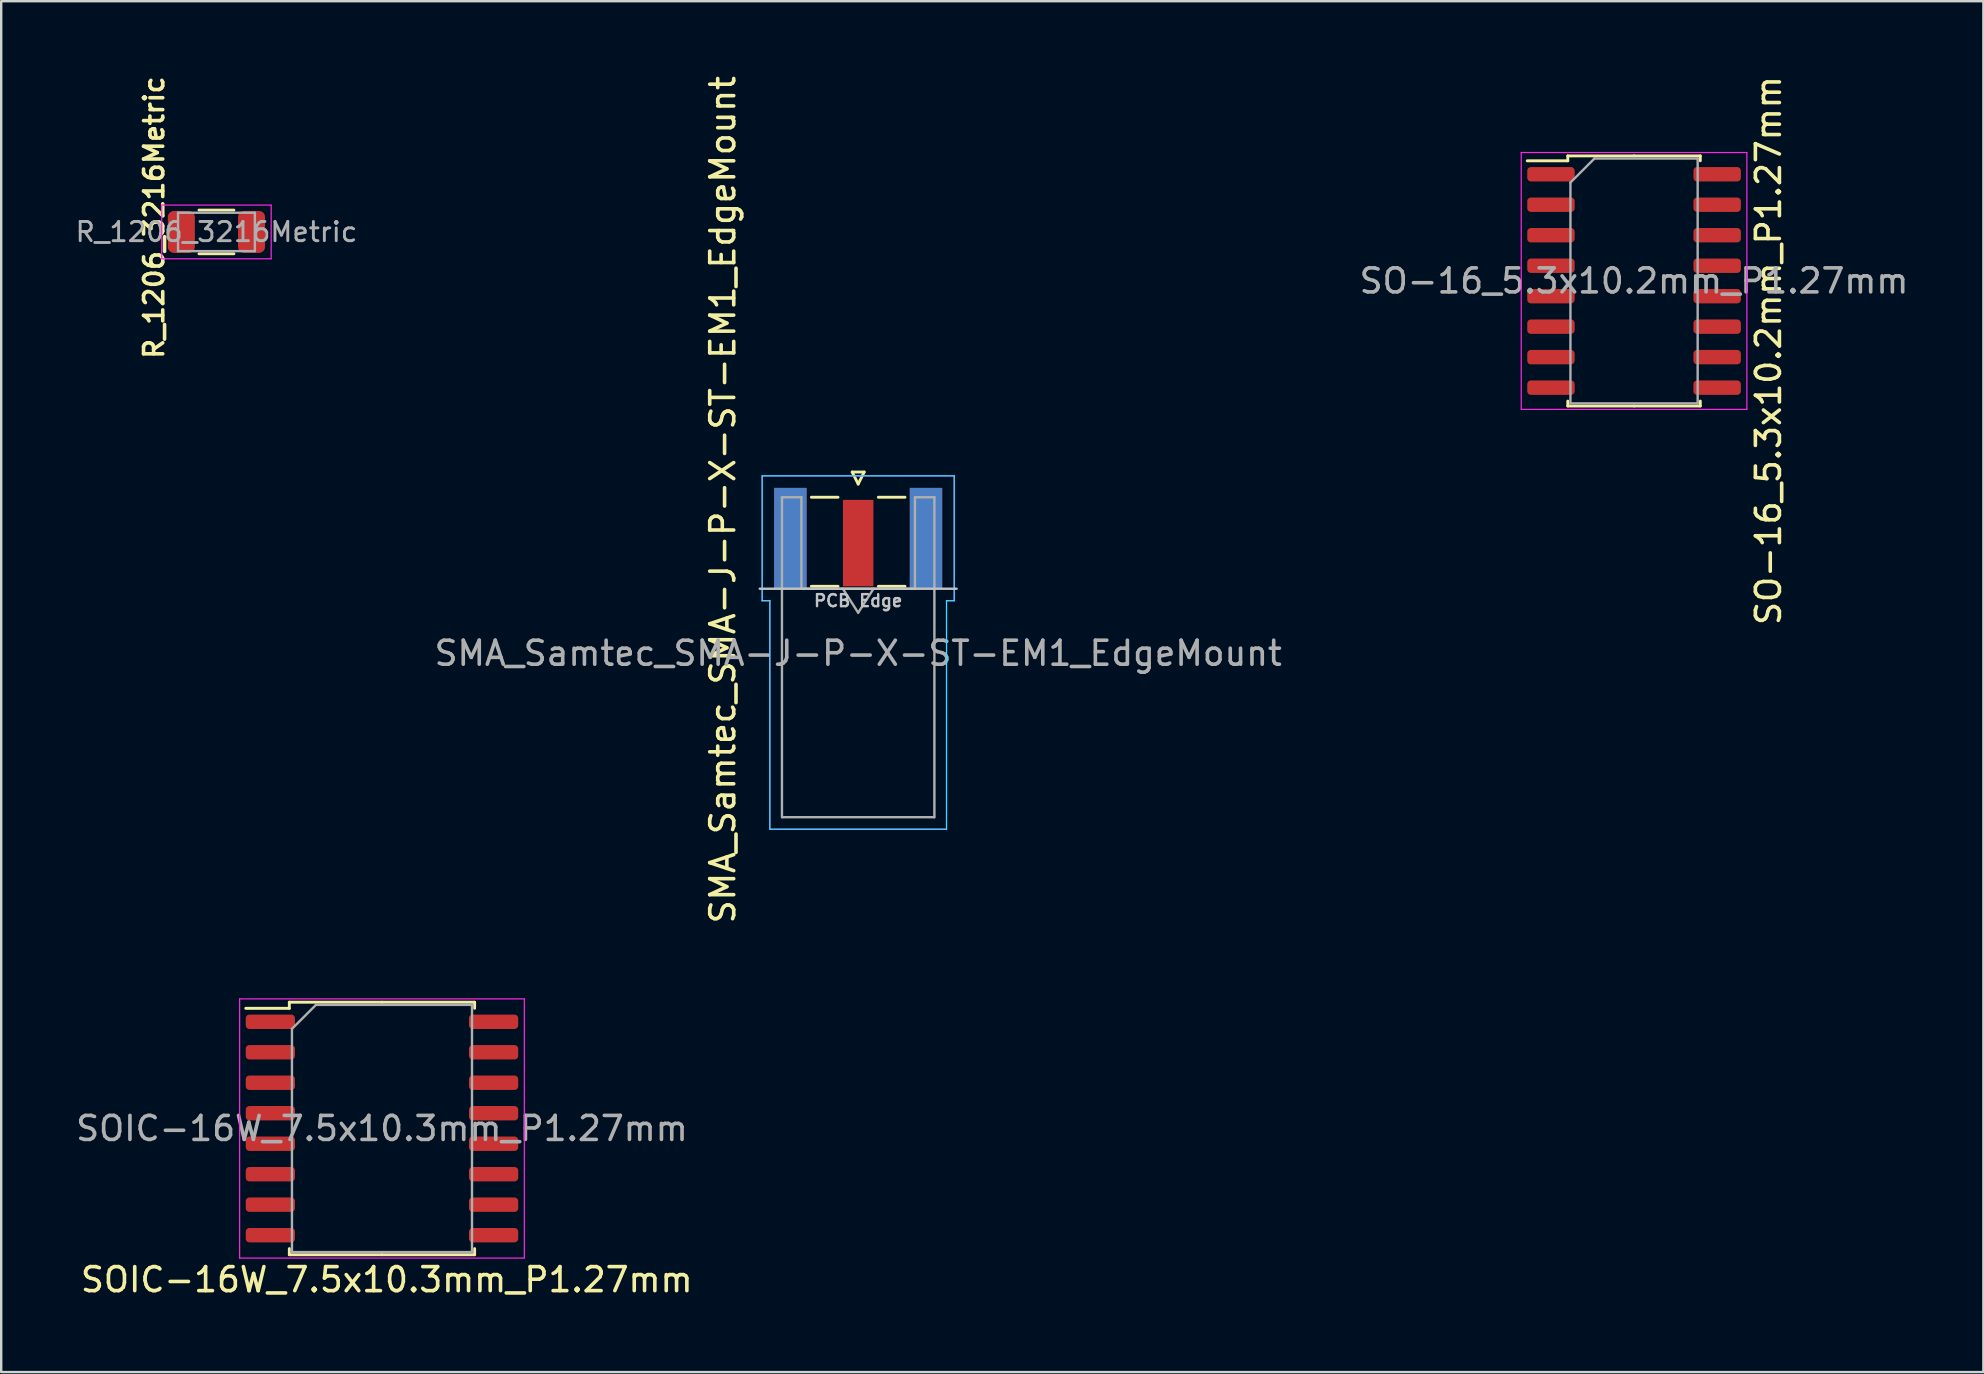
<source format=kicad_pcb>
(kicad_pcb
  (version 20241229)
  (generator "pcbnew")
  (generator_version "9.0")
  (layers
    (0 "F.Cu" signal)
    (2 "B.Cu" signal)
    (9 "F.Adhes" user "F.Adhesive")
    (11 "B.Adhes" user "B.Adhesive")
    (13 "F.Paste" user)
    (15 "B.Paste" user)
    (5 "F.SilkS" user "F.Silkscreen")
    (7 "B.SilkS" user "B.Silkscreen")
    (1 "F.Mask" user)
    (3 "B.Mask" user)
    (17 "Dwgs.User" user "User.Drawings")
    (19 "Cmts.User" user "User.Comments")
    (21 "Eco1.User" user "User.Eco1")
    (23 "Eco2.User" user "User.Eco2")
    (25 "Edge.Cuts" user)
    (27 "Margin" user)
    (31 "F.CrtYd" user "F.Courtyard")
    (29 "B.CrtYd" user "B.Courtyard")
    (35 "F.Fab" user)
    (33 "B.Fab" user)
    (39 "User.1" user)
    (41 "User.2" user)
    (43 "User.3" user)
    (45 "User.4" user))
  (footprint "R_1206_3216Metric"
    (layer "F.Cu")
    (at 5.967 6.612)
    (property "Reference" "R_1206_3216Metric" (at -2.6 -0.6 90) (layer "F.SilkS") (effects (font (size 0.8 0.8) (thickness 0.15))))
    (attr smd)
    (fp_line (start -0.727 -0.91) (end 0.727 -0.91) (stroke (width 0.12) (type solid)) (layer "F.SilkS"))
    (fp_line (start -0.727 0.91) (end 0.727 0.91) (stroke (width 0.12) (type solid)) (layer "F.SilkS"))
    (fp_line (start -2.28 -1.12) (end 2.28 -1.12) (stroke (width 0.05) (type solid)) (layer "F.CrtYd"))
    (fp_line (start -2.28 1.12) (end -2.28 -1.12) (stroke (width 0.05) (type solid)) (layer "F.CrtYd"))
    (fp_line (start 2.28 -1.12) (end 2.28 1.12) (stroke (width 0.05) (type solid)) (layer "F.CrtYd"))
    (fp_line (start 2.28 1.12) (end -2.28 1.12) (stroke (width 0.05) (type solid)) (layer "F.CrtYd"))
    (fp_line (start -1.6 -0.8) (end 1.6 -0.8) (stroke (width 0.1) (type solid)) (layer "F.Fab"))
    (fp_line (start -1.6 0.8) (end -1.6 -0.8) (stroke (width 0.1) (type solid)) (layer "F.Fab"))
    (fp_line (start 1.6 -0.8) (end 1.6 0.8) (stroke (width 0.1) (type solid)) (layer "F.Fab"))
    (fp_line (start 1.6 0.8) (end -1.6 0.8) (stroke (width 0.1) (type solid)) (layer "F.Fab"))
    (fp_text user "${REFERENCE}" (at 0 0 0) (layer "F.Fab") (effects (font (size 0.8 0.8) (thickness 0.12))))
    (pad "1" smd roundrect (at -1.462 0) (size 1.125 1.75) (layers "F.Cu" "F.Mask" "F.Paste") (roundrect_rratio 0.222))
    (pad "2" smd roundrect (at 1.462 0) (size 1.125 1.75) (layers "F.Cu" "F.Mask" "F.Paste") (roundrect_rratio 0.222)))
  (footprint "SMA_Samtec_SMA-J-P-X-ST-EM1_EdgeMount"
    (layer "F.Cu")
    (at 32.701 19.375)
    (property "Reference" "SMA_Samtec_SMA-J-P-X-ST-EM1_EdgeMount" (at -5.64 -1.607 90) (layer "F.SilkS") (effects (font (size 1 1) (thickness 0.15))))
    (attr smd)
    (fp_line (start -1.95 -1.71) (end -0.84 -1.71) (stroke (width 0.12) (type solid)) (layer "F.SilkS"))
    (fp_line (start -1.95 2) (end -0.84 2) (stroke (width 0.12) (type solid)) (layer "F.SilkS"))
    (fp_line (start -0.25 -2.76) (end 0 -2.26) (stroke (width 0.12) (type solid)) (layer "F.SilkS"))
    (fp_line (start 0 -2.26) (end 0.25 -2.76) (stroke (width 0.12) (type solid)) (layer "F.SilkS"))
    (fp_line (start 0.25 -2.76) (end -0.25 -2.76) (stroke (width 0.12) (type solid)) (layer "F.SilkS"))
    (fp_line (start 0.84 -1.71) (end 1.95 -1.71) (stroke (width 0.12) (type solid)) (layer "F.SilkS"))
    (fp_line (start 0.84 2) (end 1.95 2) (stroke (width 0.12) (type solid)) (layer "F.SilkS"))
    (fp_line (start 4.1 2.1) (end -4.1 2.1) (stroke (width 0.1) (type solid)) (layer "Dwgs.User"))
    (fp_line (start -4 -2.6) (end 4 -2.6) (stroke (width 0.05) (type solid)) (layer "B.CrtYd"))
    (fp_line (start -4 2.6) (end -4 -2.6) (stroke (width 0.05) (type solid)) (layer "B.CrtYd"))
    (fp_line (start -3.68 2.6) (end -4 2.6) (stroke (width 0.05) (type solid)) (layer "B.CrtYd"))
    (fp_line (start -3.68 12.12) (end -3.68 2.6) (stroke (width 0.05) (type solid)) (layer "B.CrtYd"))
    (fp_line (start 3.68 2.6) (end 3.68 12.12) (stroke (width 0.05) (type solid)) (layer "B.CrtYd"))
    (fp_line (start 3.68 12.12) (end -3.68 12.12) (stroke (width 0.05) (type solid)) (layer "B.CrtYd"))
    (fp_line (start 4 2.6) (end 3.68 2.6) (stroke (width 0.05) (type solid)) (layer "B.CrtYd"))
    (fp_line (start 4 2.6) (end 4 -2.6) (stroke (width 0.05) (type solid)) (layer "B.CrtYd"))
    (fp_line (start -4 -2.6) (end 4 -2.6) (stroke (width 0.05) (type solid)) (layer "F.CrtYd"))
    (fp_line (start -4 2.6) (end -4 -2.6) (stroke (width 0.05) (type solid)) (layer "F.CrtYd"))
    (fp_line (start -3.68 2.6) (end -4 2.6) (stroke (width 0.05) (type solid)) (layer "F.CrtYd"))
    (fp_line (start -3.68 12.12) (end -3.68 2.6) (stroke (width 0.05) (type solid)) (layer "F.CrtYd"))
    (fp_line (start 3.68 2.6) (end 3.68 12.12) (stroke (width 0.05) (type solid)) (layer "F.CrtYd"))
    (fp_line (start 3.68 2.6) (end 4 2.6) (stroke (width 0.05) (type solid)) (layer "F.CrtYd"))
    (fp_line (start 3.68 12.12) (end -3.68 12.12) (stroke (width 0.05) (type solid)) (layer "F.CrtYd"))
    (fp_line (start 4 2.6) (end 4 -2.6) (stroke (width 0.05) (type solid)) (layer "F.CrtYd"))
    (fp_line (start -3.175 -1.71) (end -3.175 11.62) (stroke (width 0.1) (type solid)) (layer "F.Fab"))
    (fp_line (start -2.365 -1.71) (end -3.175 -1.71) (stroke (width 0.1) (type solid)) (layer "F.Fab"))
    (fp_line (start -2.365 2.1) (end -2.365 -1.71) (stroke (width 0.1) (type solid)) (layer "F.Fab"))
    (fp_line (start 0 3.1) (end -0.64 2.1) (stroke (width 0.1) (type solid)) (layer "F.Fab"))
    (fp_line (start 0.64 2.1) (end 0 3.1) (stroke (width 0.1) (type solid)) (layer "F.Fab"))
    (fp_line (start 2.365 -1.71) (end 2.365 2.1) (stroke (width 0.1) (type solid)) (layer "F.Fab"))
    (fp_line (start 2.365 2.1) (end -2.365 2.1) (stroke (width 0.1) (type solid)) (layer "F.Fab"))
    (fp_line (start 3.165 11.62) (end -3.165 11.62) (stroke (width 0.1) (type solid)) (layer "F.Fab"))
    (fp_line (start 3.175 -1.71) (end 2.365 -1.71) (stroke (width 0.1) (type solid)) (layer "F.Fab"))
    (fp_line (start 3.175 -1.71) (end 3.175 11.62) (stroke (width 0.1) (type solid)) (layer "F.Fab"))
    (fp_text user "PCB Edge" (at 0 2.6 0) (layer "Dwgs.User") (effects (font (size 0.5 0.5) (thickness 0.1))))
    (fp_text user "${REFERENCE}" (at 0 4.79 0) (layer "F.Fab") (effects (font (size 1 1) (thickness 0.15))))
    (pad "1" smd rect (at 0 0.2) (size 1.27 3.6) (layers "F.Cu" "F.Mask" "F.Paste"))
    (pad "2" smd rect (at -2.825 0) (size 1.35 4.2) (layers "F.Cu" "F.Mask" "F.Paste"))
    (pad "2" smd rect (at -2.825 0) (size 1.35 4.2) (layers "B.Cu" "B.Mask" "B.Paste"))
    (pad "2" smd rect (at 2.825 0) (size 1.35 4.2) (layers "F.Cu" "F.Mask" "F.Paste"))
    (pad "2" smd rect (at 2.825 0) (size 1.35 4.2) (layers "B.Cu" "B.Mask" "B.Paste")))
  (footprint "SOIC-16W_7.5x10.3mm_P1.27mm"
    (layer "F.Cu")
    (at 12.863 43.961)
    (property "Reference" "SOIC-16W_7.5x10.3mm_P1.27mm" (at 0.2 6.3 0) (layer "F.SilkS") (effects (font (size 1 1) (thickness 0.15))))
    (attr smd)
    (fp_line (start -3.86 -5.26) (end -3.86 -5.005) (stroke (width 0.12) (type solid)) (layer "F.SilkS"))
    (fp_line (start -3.86 -5.005) (end -5.675 -5.005) (stroke (width 0.12) (type solid)) (layer "F.SilkS"))
    (fp_line (start -3.86 5.26) (end -3.86 5.005) (stroke (width 0.12) (type solid)) (layer "F.SilkS"))
    (fp_line (start 0 -5.26) (end -3.86 -5.26) (stroke (width 0.12) (type solid)) (layer "F.SilkS"))
    (fp_line (start 0 -5.26) (end 3.86 -5.26) (stroke (width 0.12) (type solid)) (layer "F.SilkS"))
    (fp_line (start 0 5.26) (end -3.86 5.26) (stroke (width 0.12) (type solid)) (layer "F.SilkS"))
    (fp_line (start 0 5.26) (end 3.86 5.26) (stroke (width 0.12) (type solid)) (layer "F.SilkS"))
    (fp_line (start 3.86 -5.26) (end 3.86 -5.005) (stroke (width 0.12) (type solid)) (layer "F.SilkS"))
    (fp_line (start 3.86 5.26) (end 3.86 5.005) (stroke (width 0.12) (type solid)) (layer "F.SilkS"))
    (fp_line (start -5.93 -5.4) (end -5.93 5.4) (stroke (width 0.05) (type solid)) (layer "F.CrtYd"))
    (fp_line (start -5.93 5.4) (end 5.93 5.4) (stroke (width 0.05) (type solid)) (layer "F.CrtYd"))
    (fp_line (start 5.93 -5.4) (end -5.93 -5.4) (stroke (width 0.05) (type solid)) (layer "F.CrtYd"))
    (fp_line (start 5.93 5.4) (end 5.93 -5.4) (stroke (width 0.05) (type solid)) (layer "F.CrtYd"))
    (fp_line (start -3.75 -4.15) (end -2.75 -5.15) (stroke (width 0.1) (type solid)) (layer "F.Fab"))
    (fp_line (start -3.75 5.15) (end -3.75 -4.15) (stroke (width 0.1) (type solid)) (layer "F.Fab"))
    (fp_line (start -2.75 -5.15) (end 3.75 -5.15) (stroke (width 0.1) (type solid)) (layer "F.Fab"))
    (fp_line (start 3.75 -5.15) (end 3.75 5.15) (stroke (width 0.1) (type solid)) (layer "F.Fab"))
    (fp_line (start 3.75 5.15) (end -3.75 5.15) (stroke (width 0.1) (type solid)) (layer "F.Fab"))
    (fp_text user "${REFERENCE}" (at 0 0 0) (layer "F.Fab") (effects (font (size 1 1) (thickness 0.15))))
    (pad "1" smd roundrect (at -4.65 -4.445) (size 2.05 0.6) (layers "F.Cu" "F.Mask" "F.Paste") (roundrect_rratio 0.25))
    (pad "2" smd roundrect (at -4.65 -3.175) (size 2.05 0.6) (layers "F.Cu" "F.Mask" "F.Paste") (roundrect_rratio 0.25))
    (pad "3" smd roundrect (at -4.65 -1.905) (size 2.05 0.6) (layers "F.Cu" "F.Mask" "F.Paste") (roundrect_rratio 0.25))
    (pad "4" smd roundrect (at -4.65 -0.635) (size 2.05 0.6) (layers "F.Cu" "F.Mask" "F.Paste") (roundrect_rratio 0.25))
    (pad "5" smd roundrect (at -4.65 0.635) (size 2.05 0.6) (layers "F.Cu" "F.Mask" "F.Paste") (roundrect_rratio 0.25))
    (pad "6" smd roundrect (at -4.65 1.905) (size 2.05 0.6) (layers "F.Cu" "F.Mask" "F.Paste") (roundrect_rratio 0.25))
    (pad "7" smd roundrect (at -4.65 3.175) (size 2.05 0.6) (layers "F.Cu" "F.Mask" "F.Paste") (roundrect_rratio 0.25))
    (pad "8" smd roundrect (at -4.65 4.445) (size 2.05 0.6) (layers "F.Cu" "F.Mask" "F.Paste") (roundrect_rratio 0.25))
    (pad "9" smd roundrect (at 4.65 4.445) (size 2.05 0.6) (layers "F.Cu" "F.Mask" "F.Paste") (roundrect_rratio 0.25))
    (pad "10" smd roundrect (at 4.65 3.175) (size 2.05 0.6) (layers "F.Cu" "F.Mask" "F.Paste") (roundrect_rratio 0.25))
    (pad "11" smd roundrect (at 4.65 1.905) (size 2.05 0.6) (layers "F.Cu" "F.Mask" "F.Paste") (roundrect_rratio 0.25))
    (pad "12" smd roundrect (at 4.65 0.635) (size 2.05 0.6) (layers "F.Cu" "F.Mask" "F.Paste") (roundrect_rratio 0.25))
    (pad "13" smd roundrect (at 4.65 -0.635) (size 2.05 0.6) (layers "F.Cu" "F.Mask" "F.Paste") (roundrect_rratio 0.25))
    (pad "14" smd roundrect (at 4.65 -1.905) (size 2.05 0.6) (layers "F.Cu" "F.Mask" "F.Paste") (roundrect_rratio 0.25))
    (pad "15" smd roundrect (at 4.65 -3.175) (size 2.05 0.6) (layers "F.Cu" "F.Mask" "F.Paste") (roundrect_rratio 0.25))
    (pad "16" smd roundrect (at 4.65 -4.445) (size 2.05 0.6) (layers "F.Cu" "F.Mask" "F.Paste") (roundrect_rratio 0.25)))
  (footprint "SO-16_5.3x10.2mm_P1.27mm"
    (layer "F.Cu")
    (at 65.023 8.654)
    (property "Reference" "SO-16_5.3x10.2mm_P1.27mm" (at 5.6 2.9 270) (layer "F.SilkS") (effects (font (size 1 1) (thickness 0.15))))
    (attr smd)
    (fp_line (start -2.76 -5.21) (end -2.76 -5.005) (stroke (width 0.12) (type solid)) (layer "F.SilkS"))
    (fp_line (start -2.76 -5.005) (end -4.45 -5.005) (stroke (width 0.12) (type solid)) (layer "F.SilkS"))
    (fp_line (start -2.76 5.21) (end -2.76 5.005) (stroke (width 0.12) (type solid)) (layer "F.SilkS"))
    (fp_line (start 0 -5.21) (end -2.76 -5.21) (stroke (width 0.12) (type solid)) (layer "F.SilkS"))
    (fp_line (start 0 -5.21) (end 2.76 -5.21) (stroke (width 0.12) (type solid)) (layer "F.SilkS"))
    (fp_line (start 0 5.21) (end -2.76 5.21) (stroke (width 0.12) (type solid)) (layer "F.SilkS"))
    (fp_line (start 0 5.21) (end 2.76 5.21) (stroke (width 0.12) (type solid)) (layer "F.SilkS"))
    (fp_line (start 2.76 -5.21) (end 2.76 -5.005) (stroke (width 0.12) (type solid)) (layer "F.SilkS"))
    (fp_line (start 2.76 5.21) (end 2.76 5.005) (stroke (width 0.12) (type solid)) (layer "F.SilkS"))
    (fp_line (start -4.7 -5.35) (end -4.7 5.35) (stroke (width 0.05) (type solid)) (layer "F.CrtYd"))
    (fp_line (start -4.7 5.35) (end 4.7 5.35) (stroke (width 0.05) (type solid)) (layer "F.CrtYd"))
    (fp_line (start 4.7 -5.35) (end -4.7 -5.35) (stroke (width 0.05) (type solid)) (layer "F.CrtYd"))
    (fp_line (start 4.7 5.35) (end 4.7 -5.35) (stroke (width 0.05) (type solid)) (layer "F.CrtYd"))
    (fp_line (start -2.65 -4.1) (end -1.65 -5.1) (stroke (width 0.1) (type solid)) (layer "F.Fab"))
    (fp_line (start -2.65 5.1) (end -2.65 -4.1) (stroke (width 0.1) (type solid)) (layer "F.Fab"))
    (fp_line (start -1.65 -5.1) (end 2.65 -5.1) (stroke (width 0.1) (type solid)) (layer "F.Fab"))
    (fp_line (start 2.65 -5.1) (end 2.65 5.1) (stroke (width 0.1) (type solid)) (layer "F.Fab"))
    (fp_line (start 2.65 5.1) (end -2.65 5.1) (stroke (width 0.1) (type solid)) (layer "F.Fab"))
    (fp_text user "${REFERENCE}" (at 0 0 180) (layer "F.Fab") (effects (font (size 1 1) (thickness 0.15))))
    (pad "1" smd roundrect (at -3.462 -4.445) (size 1.975 0.6) (layers "F.Cu" "F.Mask" "F.Paste") (roundrect_rratio 0.25))
    (pad "2" smd roundrect (at -3.462 -3.175) (size 1.975 0.6) (layers "F.Cu" "F.Mask" "F.Paste") (roundrect_rratio 0.25))
    (pad "3" smd roundrect (at -3.462 -1.905) (size 1.975 0.6) (layers "F.Cu" "F.Mask" "F.Paste") (roundrect_rratio 0.25))
    (pad "4" smd roundrect (at -3.462 -0.635) (size 1.975 0.6) (layers "F.Cu" "F.Mask" "F.Paste") (roundrect_rratio 0.25))
    (pad "5" smd roundrect (at -3.462 0.635) (size 1.975 0.6) (layers "F.Cu" "F.Mask" "F.Paste") (roundrect_rratio 0.25))
    (pad "6" smd roundrect (at -3.462 1.905) (size 1.975 0.6) (layers "F.Cu" "F.Mask" "F.Paste") (roundrect_rratio 0.25))
    (pad "7" smd roundrect (at -3.462 3.175) (size 1.975 0.6) (layers "F.Cu" "F.Mask" "F.Paste") (roundrect_rratio 0.25))
    (pad "8" smd roundrect (at -3.462 4.445) (size 1.975 0.6) (layers "F.Cu" "F.Mask" "F.Paste") (roundrect_rratio 0.25))
    (pad "9" smd roundrect (at 3.462 4.445) (size 1.975 0.6) (layers "F.Cu" "F.Mask" "F.Paste") (roundrect_rratio 0.25))
    (pad "10" smd roundrect (at 3.462 3.175) (size 1.975 0.6) (layers "F.Cu" "F.Mask" "F.Paste") (roundrect_rratio 0.25))
    (pad "11" smd roundrect (at 3.462 1.905) (size 1.975 0.6) (layers "F.Cu" "F.Mask" "F.Paste") (roundrect_rratio 0.25))
    (pad "12" smd roundrect (at 3.462 0.635) (size 1.975 0.6) (layers "F.Cu" "F.Mask" "F.Paste") (roundrect_rratio 0.25))
    (pad "13" smd roundrect (at 3.462 -0.635) (size 1.975 0.6) (layers "F.Cu" "F.Mask" "F.Paste") (roundrect_rratio 0.25))
    (pad "14" smd roundrect (at 3.462 -1.905) (size 1.975 0.6) (layers "F.Cu" "F.Mask" "F.Paste") (roundrect_rratio 0.25))
    (pad "15" smd roundrect (at 3.462 -3.175) (size 1.975 0.6) (layers "F.Cu" "F.Mask" "F.Paste") (roundrect_rratio 0.25))
    (pad "16" smd roundrect (at 3.462 -4.445) (size 1.975 0.6) (layers "F.Cu" "F.Mask" "F.Paste") (roundrect_rratio 0.25)))
  (gr_rect
    (start -3 -3)
    (end 79.576 54.109)
    (stroke (width 0.1) (type default))
    (fill no)
    (layer "Edge.Cuts")))
</source>
